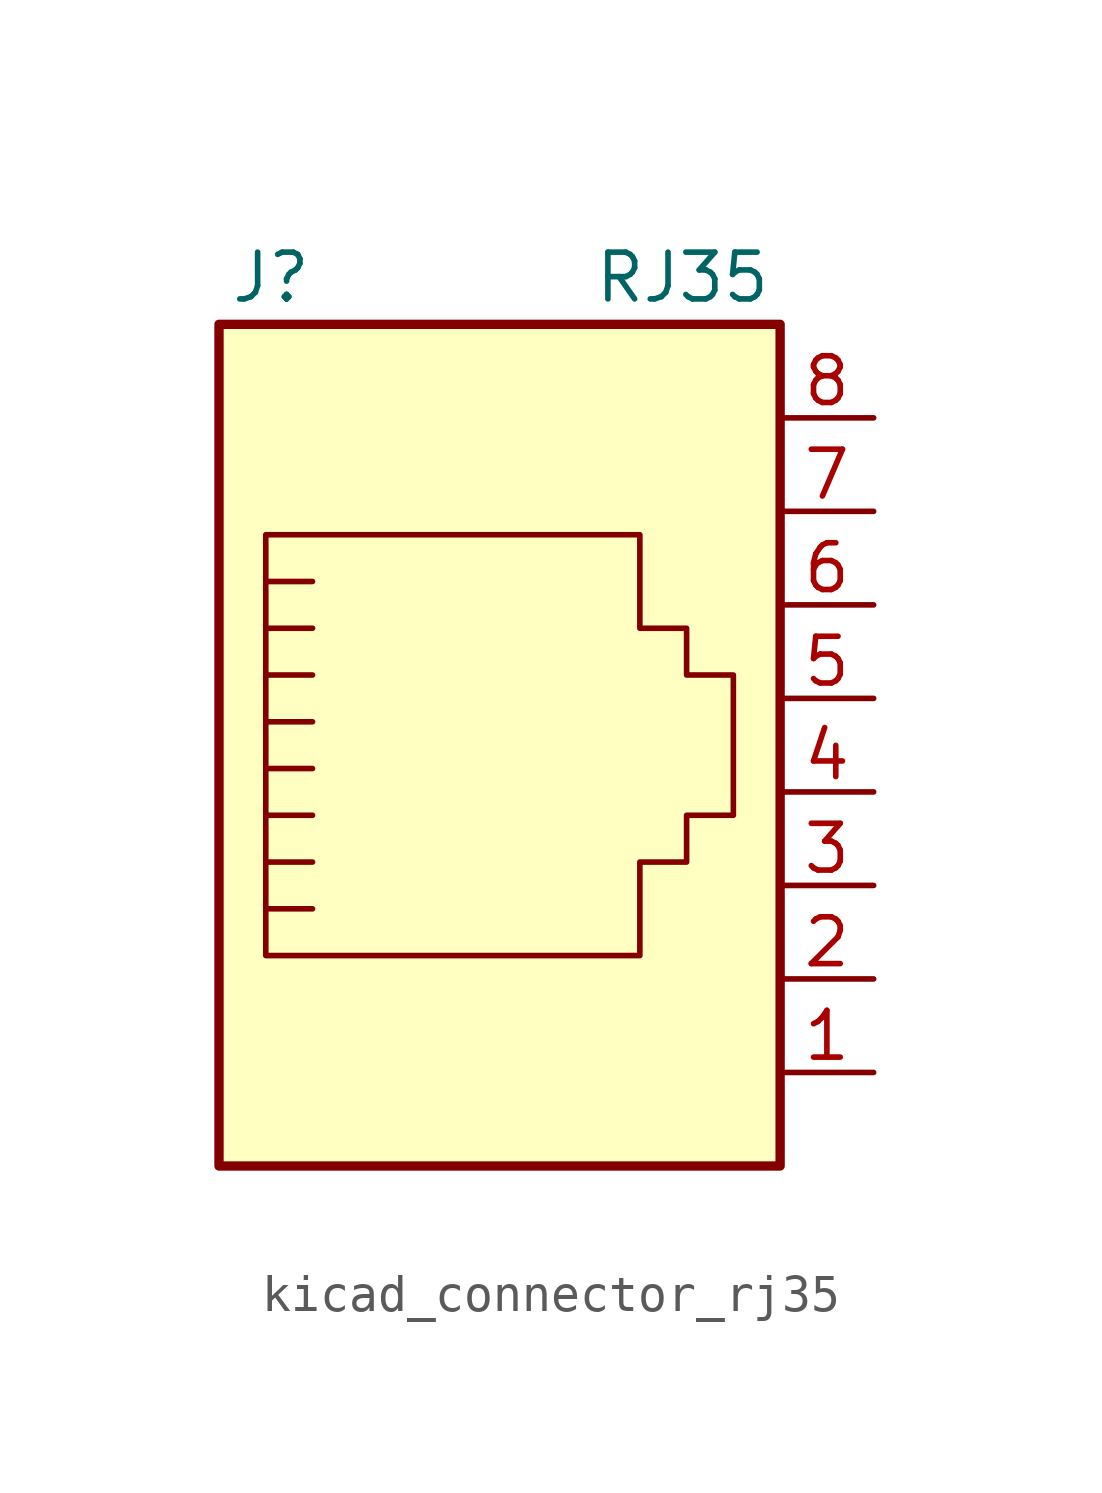
<source format=kicad_sym>
(kicad_symbol_lib
  (version 20220914)
  (generator kicad_symbol_editor)
  (symbol "kicad_connector_rj35"
    (pin_names
      (offset 1.016))
    (property "Reference" "J"
      (at -5.08 13.97 0)
      (effects (font (size 1.27 1.27)) (justify right)))
    (property "Value" "RJ35"
      (at 2.54 13.97 0)
      (effects (font (size 1.27 1.27)) (justify left)))
    (symbol "kicad_connector_rj35_0_1"
      (polyline (pts (xy -5.08 4.445) (xy -6.35 4.445)) (stroke (width 0) (type default)) (fill (type none)))
      (polyline (pts (xy -5.08 5.715) (xy -6.35 5.715)) (stroke (width 0) (type default)) (fill (type none)))
      (polyline (pts (xy -6.35 -3.175) (xy -5.08 -3.175) (xy -5.08 -3.175)) (stroke (width 0) (type default)) (fill (type none)))
      (polyline (pts (xy -6.35 -1.905) (xy -5.08 -1.905) (xy -5.08 -1.905)) (stroke (width 0) (type default)) (fill (type none)))
      (polyline (pts (xy -6.35 -0.635) (xy -5.08 -0.635) (xy -5.08 -0.635)) (stroke (width 0) (type default)) (fill (type none)))
      (polyline (pts (xy -6.35 0.635) (xy -5.08 0.635) (xy -5.08 0.635)) (stroke (width 0) (type default)) (fill (type none)))
      (polyline (pts (xy -6.35 1.905) (xy -5.08 1.905) (xy -5.08 1.905)) (stroke (width 0) (type default)) (fill (type none)))
      (polyline (pts (xy -5.08 3.175) (xy -6.35 3.175) (xy -6.35 3.175)) (stroke (width 0) (type default)) (fill (type none)))
      (polyline (pts (xy -6.35 -4.445) (xy -6.35 6.985) (xy 3.81 6.985) (xy 3.81 4.445) (xy 5.08 4.445) (xy 5.08 3.175) (xy 6.35 3.175) (xy 6.35 -0.635) (xy 5.08 -0.635) (xy 5.08 -1.905) (xy 3.81 -1.905) (xy 3.81 -4.445) (xy -6.35 -4.445) (xy -6.35 -4.445)) (stroke (width 0) (type default)) (fill (type none)))
      (rectangle (start 7.62 12.7) (end -7.62 -10.16) (stroke (width 0.254) (type default)) (fill (type background))))
    (symbol "kicad_connector_rj35_1_1"
      (pin passive line (at 10.16 -7.62 180) (length 2.54) (name "~" (effects (font (size 1.27 1.27)))) (number "1" (effects (font (size 1.27 1.27)))))
      (pin passive line (at 10.16 -5.08 180) (length 2.54) (name "~" (effects (font (size 1.27 1.27)))) (number "2" (effects (font (size 1.27 1.27)))))
      (pin passive line (at 10.16 -2.54 180) (length 2.54) (name "~" (effects (font (size 1.27 1.27)))) (number "3" (effects (font (size 1.27 1.27)))))
      (pin passive line (at 10.16 0 180) (length 2.54) (name "~" (effects (font (size 1.27 1.27)))) (number "4" (effects (font (size 1.27 1.27)))))
      (pin passive line (at 10.16 2.54 180) (length 2.54) (name "~" (effects (font (size 1.27 1.27)))) (number "5" (effects (font (size 1.27 1.27)))))
      (pin passive line (at 10.16 5.08 180) (length 2.54) (name "~" (effects (font (size 1.27 1.27)))) (number "6" (effects (font (size 1.27 1.27)))))
      (pin passive line (at 10.16 7.62 180) (length 2.54) (name "~" (effects (font (size 1.27 1.27)))) (number "7" (effects (font (size 1.27 1.27)))))
      (pin passive line (at 10.16 10.16 180) (length 2.54) (name "~" (effects (font (size 1.27 1.27)))) (number "8" (effects (font (size 1.27 1.27))))))))
</source>
